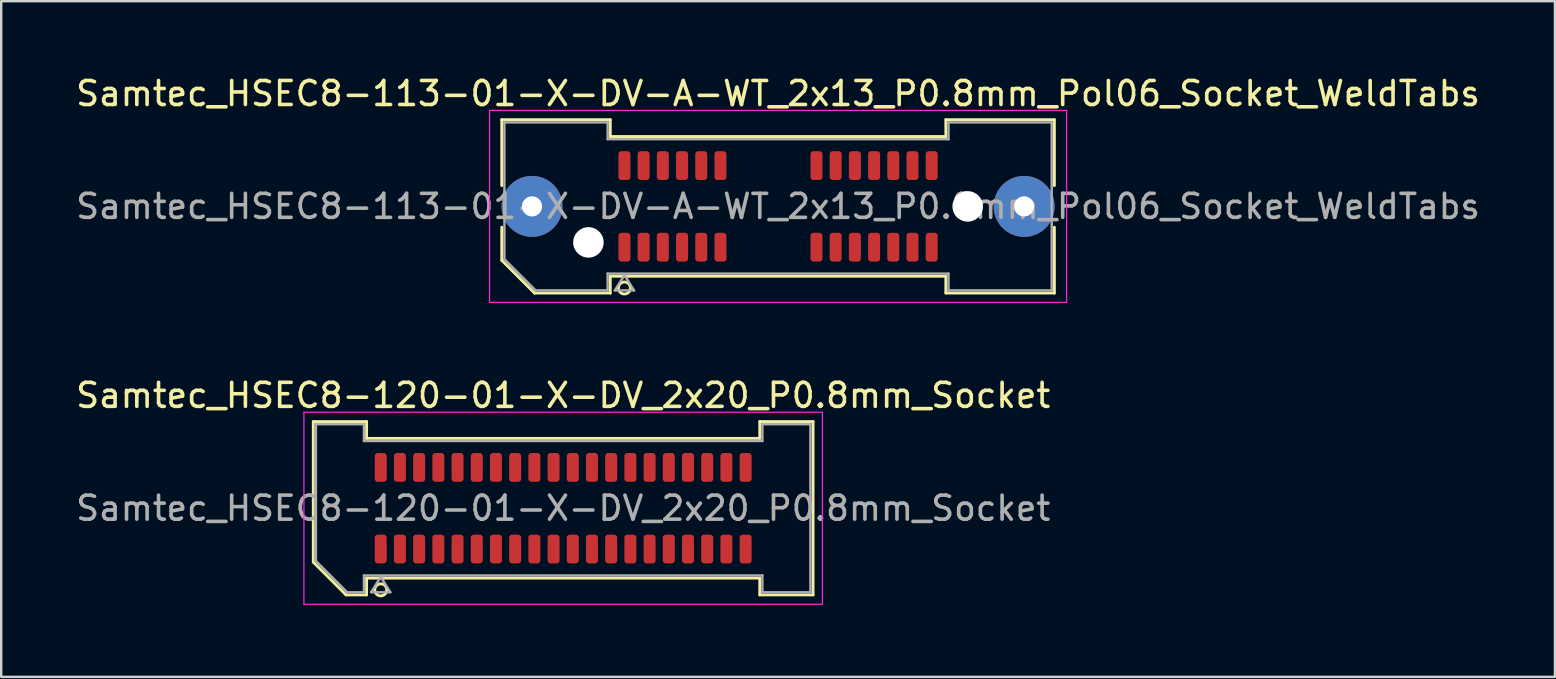
<source format=kicad_pcb>
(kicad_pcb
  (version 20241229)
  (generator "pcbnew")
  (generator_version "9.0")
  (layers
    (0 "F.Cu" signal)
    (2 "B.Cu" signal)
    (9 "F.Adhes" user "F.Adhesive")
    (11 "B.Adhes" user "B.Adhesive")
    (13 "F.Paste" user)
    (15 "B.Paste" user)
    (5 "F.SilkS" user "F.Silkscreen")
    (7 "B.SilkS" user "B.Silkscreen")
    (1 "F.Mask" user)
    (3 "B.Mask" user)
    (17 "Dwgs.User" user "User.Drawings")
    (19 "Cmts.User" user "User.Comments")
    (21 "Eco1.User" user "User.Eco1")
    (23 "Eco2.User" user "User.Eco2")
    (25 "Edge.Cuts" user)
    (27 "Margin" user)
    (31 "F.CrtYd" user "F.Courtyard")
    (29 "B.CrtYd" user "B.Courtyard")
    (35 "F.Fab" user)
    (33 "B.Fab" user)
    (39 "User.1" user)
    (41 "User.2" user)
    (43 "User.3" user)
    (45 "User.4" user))
  (footprint "Samtec_HSEC8-113-01-X-DV-A-WT_2x13_P0.8mm_Pol06_Socket_WeldTabs"
    (layer "F.Cu")
    (at 29.363 5.548)
    (property "Reference" "Samtec_HSEC8-113-01-X-DV-A-WT_2x13_P0.8mm_Pol06_Socket_WeldTabs" (at 0 -4.7 0) (layer "F.SilkS") (effects (font (size 1 1) (thickness 0.15))))
    (attr smd)
    (fp_line (start -11.51 -3.61) (end -6.99 -3.61) (stroke (width 0.12) (type solid)) (layer "F.SilkS"))
    (fp_line (start -11.51 -0.868) (end -11.51 -3.61) (stroke (width 0.12) (type solid)) (layer "F.SilkS"))
    (fp_line (start -11.51 2.246) (end -11.51 0.868) (stroke (width 0.12) (type solid)) (layer "F.SilkS"))
    (fp_line (start -10.146 3.61) (end -11.51 2.246) (stroke (width 0.12) (type solid)) (layer "F.SilkS"))
    (fp_line (start -6.99 -3.61) (end -6.99 -2.91) (stroke (width 0.12) (type solid)) (layer "F.SilkS"))
    (fp_line (start -6.99 -2.91) (end 6.99 -2.91) (stroke (width 0.12) (type solid)) (layer "F.SilkS"))
    (fp_line (start -6.99 2.91) (end -6.99 3.61) (stroke (width 0.12) (type solid)) (layer "F.SilkS"))
    (fp_line (start -6.99 3.61) (end -10.146 3.61) (stroke (width 0.12) (type solid)) (layer "F.SilkS"))
    (fp_line (start 6.99 -3.61) (end 11.51 -3.61) (stroke (width 0.12) (type solid)) (layer "F.SilkS"))
    (fp_line (start 6.99 -2.91) (end 6.99 -3.61) (stroke (width 0.12) (type solid)) (layer "F.SilkS"))
    (fp_line (start 6.99 2.91) (end -6.99 2.91) (stroke (width 0.12) (type solid)) (layer "F.SilkS"))
    (fp_line (start 6.99 3.61) (end 6.99 2.91) (stroke (width 0.12) (type solid)) (layer "F.SilkS"))
    (fp_line (start 11.51 -3.61) (end 11.51 -0.868) (stroke (width 0.12) (type solid)) (layer "F.SilkS"))
    (fp_line (start 11.51 0.868) (end 11.51 3.61) (stroke (width 0.12) (type solid)) (layer "F.SilkS"))
    (fp_line (start 11.51 3.61) (end 6.99 3.61) (stroke (width 0.12) (type solid)) (layer "F.SilkS"))
    (fp_arc (start -6.15 3.4) (mid -6.65 3.4) (end -6.15 3.4) (stroke (width 0.12) (type solid)) (layer "F.SilkS"))
    (fp_line (start -12.02 -4) (end -12.02 4) (stroke (width 0.05) (type solid)) (layer "F.CrtYd"))
    (fp_line (start -12.02 4) (end 12.02 4) (stroke (width 0.05) (type solid)) (layer "F.CrtYd"))
    (fp_line (start 12.02 -4) (end -12.02 -4) (stroke (width 0.05) (type solid)) (layer "F.CrtYd"))
    (fp_line (start 12.02 4) (end 12.02 -4) (stroke (width 0.05) (type solid)) (layer "F.CrtYd"))
    (fp_line (start -11.4 -3.5) (end -7.1 -3.5) (stroke (width 0.1) (type solid)) (layer "F.Fab"))
    (fp_line (start -11.4 2.2) (end -11.4 -3.5) (stroke (width 0.1) (type solid)) (layer "F.Fab"))
    (fp_line (start -10.1 3.5) (end -11.4 2.2) (stroke (width 0.1) (type solid)) (layer "F.Fab"))
    (fp_line (start -7.1 -3.5) (end -7.1 -2.8) (stroke (width 0.1) (type solid)) (layer "F.Fab"))
    (fp_line (start -7.1 -2.8) (end 7.1 -2.8) (stroke (width 0.1) (type solid)) (layer "F.Fab"))
    (fp_line (start -7.1 2.8) (end -7.1 3.5) (stroke (width 0.1) (type solid)) (layer "F.Fab"))
    (fp_line (start -7.1 3.5) (end -10.1 3.5) (stroke (width 0.1) (type solid)) (layer "F.Fab"))
    (fp_line (start -6.8 3.5) (end -6.4 2.86) (stroke (width 0.1) (type solid)) (layer "F.Fab"))
    (fp_line (start -6.4 2.86) (end -6 3.5) (stroke (width 0.1) (type solid)) (layer "F.Fab"))
    (fp_line (start -6 3.5) (end -6.8 3.5) (stroke (width 0.1) (type solid)) (layer "F.Fab"))
    (fp_line (start 7.1 -3.5) (end 11.4 -3.5) (stroke (width 0.1) (type solid)) (layer "F.Fab"))
    (fp_line (start 7.1 -2.8) (end 7.1 -3.5) (stroke (width 0.1) (type solid)) (layer "F.Fab"))
    (fp_line (start 7.1 2.8) (end -7.1 2.8) (stroke (width 0.1) (type solid)) (layer "F.Fab"))
    (fp_line (start 7.1 3.5) (end 7.1 2.8) (stroke (width 0.1) (type solid)) (layer "F.Fab"))
    (fp_line (start 11.4 -3.5) (end 11.4 3.5) (stroke (width 0.1) (type solid)) (layer "F.Fab"))
    (fp_line (start 11.4 3.5) (end 7.1 3.5) (stroke (width 0.1) (type solid)) (layer "F.Fab"))
    (fp_text user "${REFERENCE}" (at 0 0 0) (layer "F.Fab") (effects (font (size 1 1) (thickness 0.15))))
    (pad "" thru_hole circle (at -10.25 0) (size 2.54 2.54) (drill 0.84) (layers "*.Cu" "*.Mask" "F.Paste"))
    (pad "" np_thru_hole circle (at -7.9 1.5) (size 1.27 1.27) (drill 1.27) (layers "*.Cu" "*.Mask"))
    (pad "" np_thru_hole circle (at 7.9 0) (size 1.27 1.27) (drill 1.27) (layers "*.Cu" "*.Mask"))
    (pad "" thru_hole circle (at 10.25 0) (size 2.54 2.54) (drill 0.84) (layers "*.Cu" "*.Mask" "F.Paste"))
    (pad "1" smd roundrect (at -6.4 1.7) (size 0.5 1.2) (layers "F.Cu" "F.Mask" "F.Paste") (roundrect_rratio 0.25))
    (pad "2" smd roundrect (at -6.4 -1.7) (size 0.5 1.2) (layers "F.Cu" "F.Mask" "F.Paste") (roundrect_rratio 0.25))
    (pad "3" smd roundrect (at -5.6 1.7) (size 0.5 1.2) (layers "F.Cu" "F.Mask" "F.Paste") (roundrect_rratio 0.25))
    (pad "4" smd roundrect (at -5.6 -1.7) (size 0.5 1.2) (layers "F.Cu" "F.Mask" "F.Paste") (roundrect_rratio 0.25))
    (pad "5" smd roundrect (at -4.8 1.7) (size 0.5 1.2) (layers "F.Cu" "F.Mask" "F.Paste") (roundrect_rratio 0.25))
    (pad "6" smd roundrect (at -4.8 -1.7) (size 0.5 1.2) (layers "F.Cu" "F.Mask" "F.Paste") (roundrect_rratio 0.25))
    (pad "7" smd roundrect (at -4 1.7) (size 0.5 1.2) (layers "F.Cu" "F.Mask" "F.Paste") (roundrect_rratio 0.25))
    (pad "8" smd roundrect (at -4 -1.7) (size 0.5 1.2) (layers "F.Cu" "F.Mask" "F.Paste") (roundrect_rratio 0.25))
    (pad "9" smd roundrect (at -3.2 1.7) (size 0.5 1.2) (layers "F.Cu" "F.Mask" "F.Paste") (roundrect_rratio 0.25))
    (pad "10" smd roundrect (at -3.2 -1.7) (size 0.5 1.2) (layers "F.Cu" "F.Mask" "F.Paste") (roundrect_rratio 0.25))
    (pad "11" smd roundrect (at -2.4 1.7) (size 0.5 1.2) (layers "F.Cu" "F.Mask" "F.Paste") (roundrect_rratio 0.25))
    (pad "12" smd roundrect (at -2.4 -1.7) (size 0.5 1.2) (layers "F.Cu" "F.Mask" "F.Paste") (roundrect_rratio 0.25))
    (pad "13" smd roundrect (at 1.6 1.7) (size 0.5 1.2) (layers "F.Cu" "F.Mask" "F.Paste") (roundrect_rratio 0.25))
    (pad "14" smd roundrect (at 1.6 -1.7) (size 0.5 1.2) (layers "F.Cu" "F.Mask" "F.Paste") (roundrect_rratio 0.25))
    (pad "15" smd roundrect (at 2.4 1.7) (size 0.5 1.2) (layers "F.Cu" "F.Mask" "F.Paste") (roundrect_rratio 0.25))
    (pad "16" smd roundrect (at 2.4 -1.7) (size 0.5 1.2) (layers "F.Cu" "F.Mask" "F.Paste") (roundrect_rratio 0.25))
    (pad "17" smd roundrect (at 3.2 1.7) (size 0.5 1.2) (layers "F.Cu" "F.Mask" "F.Paste") (roundrect_rratio 0.25))
    (pad "18" smd roundrect (at 3.2 -1.7) (size 0.5 1.2) (layers "F.Cu" "F.Mask" "F.Paste") (roundrect_rratio 0.25))
    (pad "19" smd roundrect (at 4 1.7) (size 0.5 1.2) (layers "F.Cu" "F.Mask" "F.Paste") (roundrect_rratio 0.25))
    (pad "20" smd roundrect (at 4 -1.7) (size 0.5 1.2) (layers "F.Cu" "F.Mask" "F.Paste") (roundrect_rratio 0.25))
    (pad "21" smd roundrect (at 4.8 1.7) (size 0.5 1.2) (layers "F.Cu" "F.Mask" "F.Paste") (roundrect_rratio 0.25))
    (pad "22" smd roundrect (at 4.8 -1.7) (size 0.5 1.2) (layers "F.Cu" "F.Mask" "F.Paste") (roundrect_rratio 0.25))
    (pad "23" smd roundrect (at 5.6 1.7) (size 0.5 1.2) (layers "F.Cu" "F.Mask" "F.Paste") (roundrect_rratio 0.25))
    (pad "24" smd roundrect (at 5.6 -1.7) (size 0.5 1.2) (layers "F.Cu" "F.Mask" "F.Paste") (roundrect_rratio 0.25))
    (pad "25" smd roundrect (at 6.4 1.7) (size 0.5 1.2) (layers "F.Cu" "F.Mask" "F.Paste") (roundrect_rratio 0.25))
    (pad "26" smd roundrect (at 6.4 -1.7) (size 0.5 1.2) (layers "F.Cu" "F.Mask" "F.Paste") (roundrect_rratio 0.25)))
  (footprint "Samtec_HSEC8-120-01-X-DV_2x20_P0.8mm_Socket"
    (layer "F.Cu")
    (at 20.411 18.122)
    (property "Reference" "Samtec_HSEC8-120-01-X-DV_2x20_P0.8mm_Socket" (at 0 -4.7 0) (layer "F.SilkS") (effects (font (size 1 1) (thickness 0.15))))
    (attr smd)
    (fp_line (start -10.41 -3.61) (end -8.19 -3.61) (stroke (width 0.12) (type solid)) (layer "F.SilkS"))
    (fp_line (start -10.41 2.246) (end -10.41 -3.61) (stroke (width 0.12) (type solid)) (layer "F.SilkS"))
    (fp_line (start -9.046 3.61) (end -10.41 2.246) (stroke (width 0.12) (type solid)) (layer "F.SilkS"))
    (fp_line (start -8.19 -3.61) (end -8.19 -2.91) (stroke (width 0.12) (type solid)) (layer "F.SilkS"))
    (fp_line (start -8.19 -2.91) (end 8.19 -2.91) (stroke (width 0.12) (type solid)) (layer "F.SilkS"))
    (fp_line (start -8.19 2.91) (end -8.19 3.61) (stroke (width 0.12) (type solid)) (layer "F.SilkS"))
    (fp_line (start -8.19 3.61) (end -9.046 3.61) (stroke (width 0.12) (type solid)) (layer "F.SilkS"))
    (fp_line (start 8.19 -3.61) (end 10.41 -3.61) (stroke (width 0.12) (type solid)) (layer "F.SilkS"))
    (fp_line (start 8.19 -2.91) (end 8.19 -3.61) (stroke (width 0.12) (type solid)) (layer "F.SilkS"))
    (fp_line (start 8.19 2.91) (end -8.19 2.91) (stroke (width 0.12) (type solid)) (layer "F.SilkS"))
    (fp_line (start 8.19 3.61) (end 8.19 2.91) (stroke (width 0.12) (type solid)) (layer "F.SilkS"))
    (fp_line (start 10.41 -3.61) (end 10.41 3.61) (stroke (width 0.12) (type solid)) (layer "F.SilkS"))
    (fp_line (start 10.41 3.61) (end 8.19 3.61) (stroke (width 0.12) (type solid)) (layer "F.SilkS"))
    (fp_arc (start -7.35 3.4) (mid -7.85 3.4) (end -7.35 3.4) (stroke (width 0.12) (type solid)) (layer "F.SilkS"))
    (fp_line (start -10.8 -4) (end -10.8 4) (stroke (width 0.05) (type solid)) (layer "F.CrtYd"))
    (fp_line (start -10.8 4) (end 10.8 4) (stroke (width 0.05) (type solid)) (layer "F.CrtYd"))
    (fp_line (start 10.8 -4) (end -10.8 -4) (stroke (width 0.05) (type solid)) (layer "F.CrtYd"))
    (fp_line (start 10.8 4) (end 10.8 -4) (stroke (width 0.05) (type solid)) (layer "F.CrtYd"))
    (fp_line (start -10.3 -3.5) (end -8.3 -3.5) (stroke (width 0.1) (type solid)) (layer "F.Fab"))
    (fp_line (start -10.3 2.2) (end -10.3 -3.5) (stroke (width 0.1) (type solid)) (layer "F.Fab"))
    (fp_line (start -9 3.5) (end -10.3 2.2) (stroke (width 0.1) (type solid)) (layer "F.Fab"))
    (fp_line (start -8.3 -3.5) (end -8.3 -2.8) (stroke (width 0.1) (type solid)) (layer "F.Fab"))
    (fp_line (start -8.3 -2.8) (end 8.3 -2.8) (stroke (width 0.1) (type solid)) (layer "F.Fab"))
    (fp_line (start -8.3 2.8) (end -8.3 3.5) (stroke (width 0.1) (type solid)) (layer "F.Fab"))
    (fp_line (start -8.3 3.5) (end -9 3.5) (stroke (width 0.1) (type solid)) (layer "F.Fab"))
    (fp_line (start -8 3.5) (end -7.6 2.86) (stroke (width 0.1) (type solid)) (layer "F.Fab"))
    (fp_line (start -7.6 2.86) (end -7.2 3.5) (stroke (width 0.1) (type solid)) (layer "F.Fab"))
    (fp_line (start -7.2 3.5) (end -8 3.5) (stroke (width 0.1) (type solid)) (layer "F.Fab"))
    (fp_line (start 8.3 -3.5) (end 10.3 -3.5) (stroke (width 0.1) (type solid)) (layer "F.Fab"))
    (fp_line (start 8.3 -2.8) (end 8.3 -3.5) (stroke (width 0.1) (type solid)) (layer "F.Fab"))
    (fp_line (start 8.3 2.8) (end -8.3 2.8) (stroke (width 0.1) (type solid)) (layer "F.Fab"))
    (fp_line (start 8.3 3.5) (end 8.3 2.8) (stroke (width 0.1) (type solid)) (layer "F.Fab"))
    (fp_line (start 10.3 -3.5) (end 10.3 3.5) (stroke (width 0.1) (type solid)) (layer "F.Fab"))
    (fp_line (start 10.3 3.5) (end 8.3 3.5) (stroke (width 0.1) (type solid)) (layer "F.Fab"))
    (fp_text user "${REFERENCE}" (at 0 0 0) (layer "F.Fab") (effects (font (size 1 1) (thickness 0.15))))
    (pad "1" smd roundrect (at -7.6 1.7) (size 0.5 1.2) (layers "F.Cu" "F.Mask" "F.Paste") (roundrect_rratio 0.25))
    (pad "2" smd roundrect (at -7.6 -1.7) (size 0.5 1.2) (layers "F.Cu" "F.Mask" "F.Paste") (roundrect_rratio 0.25))
    (pad "3" smd roundrect (at -6.8 1.7) (size 0.5 1.2) (layers "F.Cu" "F.Mask" "F.Paste") (roundrect_rratio 0.25))
    (pad "4" smd roundrect (at -6.8 -1.7) (size 0.5 1.2) (layers "F.Cu" "F.Mask" "F.Paste") (roundrect_rratio 0.25))
    (pad "5" smd roundrect (at -6 1.7) (size 0.5 1.2) (layers "F.Cu" "F.Mask" "F.Paste") (roundrect_rratio 0.25))
    (pad "6" smd roundrect (at -6 -1.7) (size 0.5 1.2) (layers "F.Cu" "F.Mask" "F.Paste") (roundrect_rratio 0.25))
    (pad "7" smd roundrect (at -5.2 1.7) (size 0.5 1.2) (layers "F.Cu" "F.Mask" "F.Paste") (roundrect_rratio 0.25))
    (pad "8" smd roundrect (at -5.2 -1.7) (size 0.5 1.2) (layers "F.Cu" "F.Mask" "F.Paste") (roundrect_rratio 0.25))
    (pad "9" smd roundrect (at -4.4 1.7) (size 0.5 1.2) (layers "F.Cu" "F.Mask" "F.Paste") (roundrect_rratio 0.25))
    (pad "10" smd roundrect (at -4.4 -1.7) (size 0.5 1.2) (layers "F.Cu" "F.Mask" "F.Paste") (roundrect_rratio 0.25))
    (pad "11" smd roundrect (at -3.6 1.7) (size 0.5 1.2) (layers "F.Cu" "F.Mask" "F.Paste") (roundrect_rratio 0.25))
    (pad "12" smd roundrect (at -3.6 -1.7) (size 0.5 1.2) (layers "F.Cu" "F.Mask" "F.Paste") (roundrect_rratio 0.25))
    (pad "13" smd roundrect (at -2.8 1.7) (size 0.5 1.2) (layers "F.Cu" "F.Mask" "F.Paste") (roundrect_rratio 0.25))
    (pad "14" smd roundrect (at -2.8 -1.7) (size 0.5 1.2) (layers "F.Cu" "F.Mask" "F.Paste") (roundrect_rratio 0.25))
    (pad "15" smd roundrect (at -2 1.7) (size 0.5 1.2) (layers "F.Cu" "F.Mask" "F.Paste") (roundrect_rratio 0.25))
    (pad "16" smd roundrect (at -2 -1.7) (size 0.5 1.2) (layers "F.Cu" "F.Mask" "F.Paste") (roundrect_rratio 0.25))
    (pad "17" smd roundrect (at -1.2 1.7) (size 0.5 1.2) (layers "F.Cu" "F.Mask" "F.Paste") (roundrect_rratio 0.25))
    (pad "18" smd roundrect (at -1.2 -1.7) (size 0.5 1.2) (layers "F.Cu" "F.Mask" "F.Paste") (roundrect_rratio 0.25))
    (pad "19" smd roundrect (at -0.4 1.7) (size 0.5 1.2) (layers "F.Cu" "F.Mask" "F.Paste") (roundrect_rratio 0.25))
    (pad "20" smd roundrect (at -0.4 -1.7) (size 0.5 1.2) (layers "F.Cu" "F.Mask" "F.Paste") (roundrect_rratio 0.25))
    (pad "21" smd roundrect (at 0.4 1.7) (size 0.5 1.2) (layers "F.Cu" "F.Mask" "F.Paste") (roundrect_rratio 0.25))
    (pad "22" smd roundrect (at 0.4 -1.7) (size 0.5 1.2) (layers "F.Cu" "F.Mask" "F.Paste") (roundrect_rratio 0.25))
    (pad "23" smd roundrect (at 1.2 1.7) (size 0.5 1.2) (layers "F.Cu" "F.Mask" "F.Paste") (roundrect_rratio 0.25))
    (pad "24" smd roundrect (at 1.2 -1.7) (size 0.5 1.2) (layers "F.Cu" "F.Mask" "F.Paste") (roundrect_rratio 0.25))
    (pad "25" smd roundrect (at 2 1.7) (size 0.5 1.2) (layers "F.Cu" "F.Mask" "F.Paste") (roundrect_rratio 0.25))
    (pad "26" smd roundrect (at 2 -1.7) (size 0.5 1.2) (layers "F.Cu" "F.Mask" "F.Paste") (roundrect_rratio 0.25))
    (pad "27" smd roundrect (at 2.8 1.7) (size 0.5 1.2) (layers "F.Cu" "F.Mask" "F.Paste") (roundrect_rratio 0.25))
    (pad "28" smd roundrect (at 2.8 -1.7) (size 0.5 1.2) (layers "F.Cu" "F.Mask" "F.Paste") (roundrect_rratio 0.25))
    (pad "29" smd roundrect (at 3.6 1.7) (size 0.5 1.2) (layers "F.Cu" "F.Mask" "F.Paste") (roundrect_rratio 0.25))
    (pad "30" smd roundrect (at 3.6 -1.7) (size 0.5 1.2) (layers "F.Cu" "F.Mask" "F.Paste") (roundrect_rratio 0.25))
    (pad "31" smd roundrect (at 4.4 1.7) (size 0.5 1.2) (layers "F.Cu" "F.Mask" "F.Paste") (roundrect_rratio 0.25))
    (pad "32" smd roundrect (at 4.4 -1.7) (size 0.5 1.2) (layers "F.Cu" "F.Mask" "F.Paste") (roundrect_rratio 0.25))
    (pad "33" smd roundrect (at 5.2 1.7) (size 0.5 1.2) (layers "F.Cu" "F.Mask" "F.Paste") (roundrect_rratio 0.25))
    (pad "34" smd roundrect (at 5.2 -1.7) (size 0.5 1.2) (layers "F.Cu" "F.Mask" "F.Paste") (roundrect_rratio 0.25))
    (pad "35" smd roundrect (at 6 1.7) (size 0.5 1.2) (layers "F.Cu" "F.Mask" "F.Paste") (roundrect_rratio 0.25))
    (pad "36" smd roundrect (at 6 -1.7) (size 0.5 1.2) (layers "F.Cu" "F.Mask" "F.Paste") (roundrect_rratio 0.25))
    (pad "37" smd roundrect (at 6.8 1.7) (size 0.5 1.2) (layers "F.Cu" "F.Mask" "F.Paste") (roundrect_rratio 0.25))
    (pad "38" smd roundrect (at 6.8 -1.7) (size 0.5 1.2) (layers "F.Cu" "F.Mask" "F.Paste") (roundrect_rratio 0.25))
    (pad "39" smd roundrect (at 7.6 1.7) (size 0.5 1.2) (layers "F.Cu" "F.Mask" "F.Paste") (roundrect_rratio 0.25))
    (pad "40" smd roundrect (at 7.6 -1.7) (size 0.5 1.2) (layers "F.Cu" "F.Mask" "F.Paste") (roundrect_rratio 0.25)))
  (gr_rect
    (start -3 -3)
    (end 61.726 25.146)
    (stroke (width 0.1) (type default))
    (fill no)
    (layer "Edge.Cuts")))
</source>
